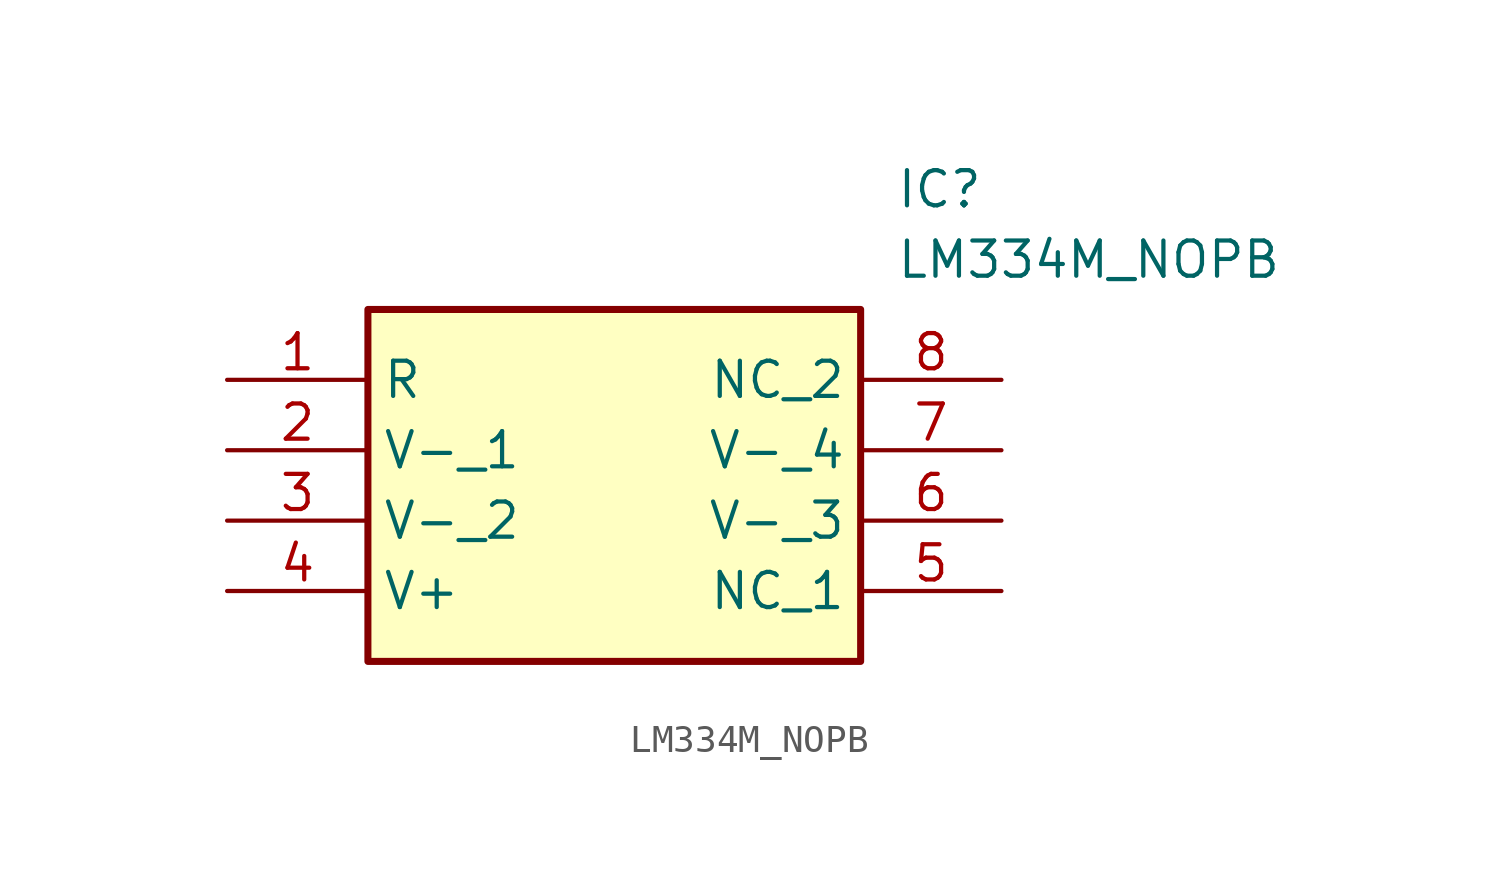
<source format=kicad_sym>
(kicad_symbol_lib
  (version 20211014)
  (generator SamacSys_ECAD_Model)
  (symbol "LM334M_NOPB"
    (property "Reference" "IC"
      (at 24.13 7.62 0)
      (effects (font (size 1.27 1.27)) (justify left top)))
    (property "Value" "LM334M_NOPB"
      (at 24.13 5.08 0)
      (effects (font (size 1.27 1.27)) (justify left top)))
    (rectangle
      (start 5.08 2.54)
      (end 22.86 -10.16)
      (stroke (width 0.254) (type default))
      (fill (type background)))
    (pin passive line
      (at 0 0 0)
      (length 5.08)
      (name "R" (effects (font (size 1.27 1.27))))
      (number "1" (effects (font (size 1.27 1.27)))))
    (pin passive line
      (at 0 -2.54 0)
      (length 5.08)
      (name "V-_1" (effects (font (size 1.27 1.27))))
      (number "2" (effects (font (size 1.27 1.27)))))
    (pin passive line
      (at 0 -5.08 0)
      (length 5.08)
      (name "V-_2" (effects (font (size 1.27 1.27))))
      (number "3" (effects (font (size 1.27 1.27)))))
    (pin passive line
      (at 0 -7.62 0)
      (length 5.08)
      (name "V+" (effects (font (size 1.27 1.27))))
      (number "4" (effects (font (size 1.27 1.27)))))
    (pin passive line
      (at 27.94 0 180)
      (length 5.08)
      (name "NC_2" (effects (font (size 1.27 1.27))))
      (number "8" (effects (font (size 1.27 1.27)))))
    (pin passive line
      (at 27.94 -2.54 180)
      (length 5.08)
      (name "V-_4" (effects (font (size 1.27 1.27))))
      (number "7" (effects (font (size 1.27 1.27)))))
    (pin passive line
      (at 27.94 -5.08 180)
      (length 5.08)
      (name "V-_3" (effects (font (size 1.27 1.27))))
      (number "6" (effects (font (size 1.27 1.27)))))
    (pin passive line
      (at 27.94 -7.62 180)
      (length 5.08)
      (name "NC_1" (effects (font (size 1.27 1.27))))
      (number "5" (effects (font (size 1.27 1.27)))))))
</source>
